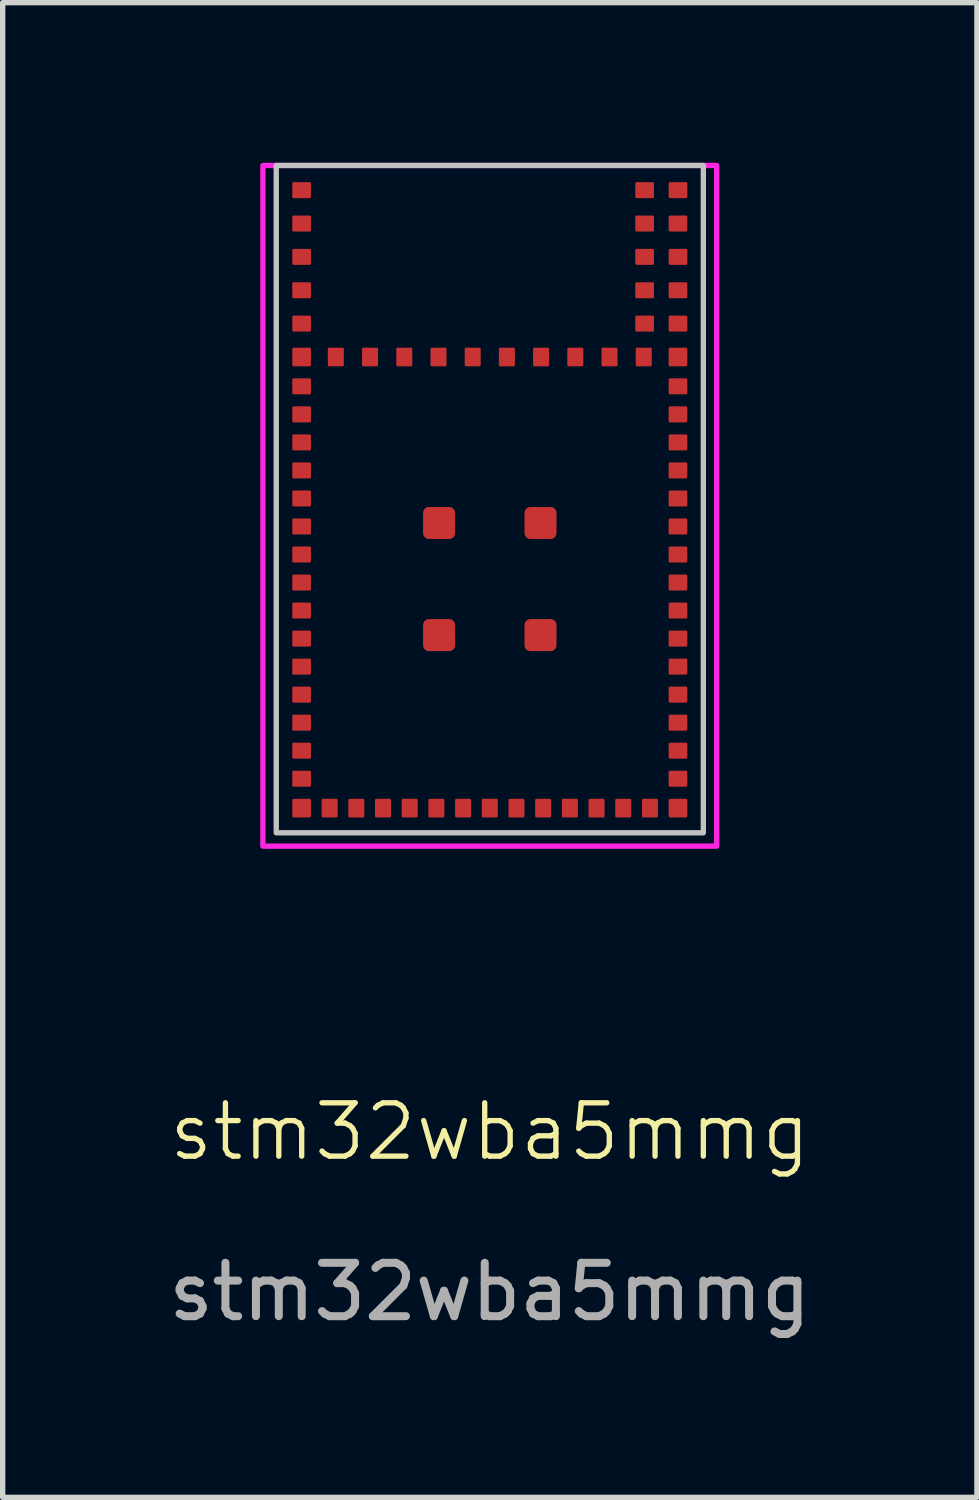
<source format=kicad_pcb>
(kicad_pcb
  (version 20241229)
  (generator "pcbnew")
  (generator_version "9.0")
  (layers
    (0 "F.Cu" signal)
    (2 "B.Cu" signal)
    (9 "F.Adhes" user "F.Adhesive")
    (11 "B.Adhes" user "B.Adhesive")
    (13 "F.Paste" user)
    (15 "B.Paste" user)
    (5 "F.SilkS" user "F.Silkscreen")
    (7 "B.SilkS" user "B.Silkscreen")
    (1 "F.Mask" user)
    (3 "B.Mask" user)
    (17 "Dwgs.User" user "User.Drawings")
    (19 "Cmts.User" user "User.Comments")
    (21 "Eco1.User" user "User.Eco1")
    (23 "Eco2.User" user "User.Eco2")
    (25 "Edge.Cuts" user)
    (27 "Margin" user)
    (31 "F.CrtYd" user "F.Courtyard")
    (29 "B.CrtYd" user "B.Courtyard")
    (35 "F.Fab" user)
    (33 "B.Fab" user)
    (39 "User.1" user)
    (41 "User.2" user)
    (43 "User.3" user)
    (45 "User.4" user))
  (footprint "stm32wba5mmg"
    (layer "F.Cu")
    (at 6.125 6.3)
    (property "Reference" "stm32wba5mmg" (at 0 11.85 0) (unlocked yes) (layer "F.SilkS") (effects (font (size 1 1) (thickness 0.1))))
    (attr smd)
    (fp_rect (start -4 -6.25) (end 4 6.25) (stroke (width 0.1) (type solid)) (fill no) (layer "Dwgs.User"))
    (fp_rect (start -4.25 -6.25) (end 4.25 6.5) (stroke (width 0.1) (type solid)) (fill no) (layer "F.CrtYd"))
    (fp_text user "${REFERENCE}" (at 0 14.85 0) (unlocked yes) (layer "F.Fab") (effects (font (size 1 1) (thickness 0.15))))
    (pad "" smd oval (at -3.525 -5.788) (size 0.32 0.24) (layers "F.Paste"))
    (pad "" smd oval (at -3.525 -5.163) (size 0.32 0.24) (layers "F.Paste"))
    (pad "" smd oval (at -3.525 -4.537) (size 0.32 0.24) (layers "F.Paste"))
    (pad "" smd oval (at -3.525 -3.913) (size 0.32 0.24) (layers "F.Paste"))
    (pad "" smd oval (at -3.525 -3.288) (size 0.32 0.24) (layers "F.Paste"))
    (pad "" smd oval (at -3.525 -2.663) (size 0.32 0.26) (layers "F.Paste"))
    (pad "" smd oval (at -3.525 -2.112) (size 0.32 0.24) (layers "F.Paste"))
    (pad "" smd oval (at -3.525 -1.587) (size 0.32 0.24) (layers "F.Paste"))
    (pad "" smd oval (at -3.525 -1.062) (size 0.32 0.24) (layers "F.Paste"))
    (pad "" smd oval (at -3.525 -0.537) (size 0.32 0.24) (layers "F.Paste"))
    (pad "" smd oval (at -3.525 -0.013) (size 0.32 0.24) (layers "F.Paste"))
    (pad "" smd oval (at -3.525 0.512) (size 0.32 0.24) (layers "F.Paste"))
    (pad "" smd oval (at -3.525 1.038) (size 0.32 0.24) (layers "F.Paste"))
    (pad "" smd oval (at -3.525 1.562) (size 0.32 0.24) (layers "F.Paste"))
    (pad "" smd oval (at -3.525 2.087) (size 0.32 0.24) (layers "F.Paste"))
    (pad "" smd oval (at -3.525 2.612) (size 0.32 0.24) (layers "F.Paste"))
    (pad "" smd oval (at -3.525 3.138) (size 0.32 0.24) (layers "F.Paste"))
    (pad "" smd oval (at -3.525 3.663) (size 0.32 0.24) (layers "F.Paste"))
    (pad "" smd oval (at -3.525 4.188) (size 0.32 0.24) (layers "F.Paste"))
    (pad "" smd oval (at -3.525 4.713) (size 0.32 0.24) (layers "F.Paste"))
    (pad "" smd oval (at -3.525 5.237) (size 0.32 0.24) (layers "F.Paste"))
    (pad "" smd oval (at -3.525 5.787) (size 0.32 0.26) (layers "F.Paste"))
    (pad "" smd oval (at -3 5.787 90) (size 0.32 0.24) (layers "F.Paste"))
    (pad "" smd oval (at -2.888 -2.663 90) (size 0.32 0.24) (layers "F.Paste"))
    (pad "" smd oval (at -2.5 5.787 90) (size 0.32 0.24) (layers "F.Paste"))
    (pad "" smd oval (at -2.246 -2.663 90) (size 0.32 0.24) (layers "F.Paste"))
    (pad "" smd oval (at -2 5.787 90) (size 0.32 0.24) (layers "F.Paste"))
    (pad "" smd oval (at -1.604 -2.663 90) (size 0.32 0.24) (layers "F.Paste"))
    (pad "" smd oval (at -1.5 5.787 90) (size 0.32 0.24) (layers "F.Paste"))
    (pad "" smd oval (at -1 5.787 90) (size 0.32 0.24) (layers "F.Paste"))
    (pad "" smd oval (at -0.963 -2.663 90) (size 0.32 0.24) (layers "F.Paste"))
    (pad "" smd roundrect (at -0.95 0.45) (size 0.45 0.45) (layers "F.Paste") (roundrect_rratio 0.42))
    (pad "" smd roundrect (at -0.95 2.55) (size 0.45 0.45) (layers "F.Paste") (roundrect_rratio 0.42))
    (pad "" smd oval (at -0.5 5.787 90) (size 0.32 0.24) (layers "F.Paste"))
    (pad "" smd oval (at -0.321 -2.663 90) (size 0.32 0.24) (layers "F.Paste"))
    (pad "" smd oval (at 0 5.787 90) (size 0.32 0.24) (layers "F.Paste"))
    (pad "" smd oval (at 0.321 -2.663 90) (size 0.32 0.24) (layers "F.Paste"))
    (pad "" smd oval (at 0.5 5.787 90) (size 0.32 0.24) (layers "F.Paste"))
    (pad "" smd roundrect (at 0.95 0.45) (size 0.45 0.45) (layers "F.Paste") (roundrect_rratio 0.42))
    (pad "" smd roundrect (at 0.95 2.55) (size 0.45 0.45) (layers "F.Paste") (roundrect_rratio 0.42))
    (pad "" smd oval (at 0.963 -2.663 90) (size 0.32 0.24) (layers "F.Paste"))
    (pad "" smd oval (at 1 5.787 90) (size 0.32 0.24) (layers "F.Paste"))
    (pad "" smd oval (at 1.5 5.787 90) (size 0.32 0.24) (layers "F.Paste"))
    (pad "" smd oval (at 1.604 -2.663 90) (size 0.32 0.24) (layers "F.Paste"))
    (pad "" smd oval (at 2 5.787 90) (size 0.32 0.24) (layers "F.Paste"))
    (pad "" smd oval (at 2.246 -2.663 90) (size 0.32 0.24) (layers "F.Paste"))
    (pad "" smd oval (at 2.5 5.787 90) (size 0.32 0.24) (layers "F.Paste"))
    (pad "" smd oval (at 2.888 -2.663 90) (size 0.32 0.24) (layers "F.Paste"))
    (pad "" smd oval (at 2.9 -5.788) (size 0.32 0.24) (layers "F.Paste"))
    (pad "" smd oval (at 2.9 -5.163) (size 0.32 0.24) (layers "F.Paste"))
    (pad "" smd oval (at 2.9 -4.537) (size 0.32 0.24) (layers "F.Paste"))
    (pad "" smd oval (at 2.9 -3.913) (size 0.32 0.24) (layers "F.Paste"))
    (pad "" smd oval (at 2.9 -3.288) (size 0.32 0.24) (layers "F.Paste"))
    (pad "" smd oval (at 3 5.787 90) (size 0.32 0.24) (layers "F.Paste"))
    (pad "" smd oval (at 3.525 -5.788) (size 0.32 0.24) (layers "F.Paste"))
    (pad "" smd oval (at 3.525 -5.163) (size 0.32 0.24) (layers "F.Paste"))
    (pad "" smd oval (at 3.525 -4.537) (size 0.32 0.24) (layers "F.Paste"))
    (pad "" smd oval (at 3.525 -3.913) (size 0.32 0.24) (layers "F.Paste"))
    (pad "" smd oval (at 3.525 -3.288) (size 0.32 0.24) (layers "F.Paste"))
    (pad "" smd oval (at 3.525 -2.663) (size 0.32 0.26) (layers "F.Paste"))
    (pad "" smd oval (at 3.525 -2.112) (size 0.32 0.24) (layers "F.Paste"))
    (pad "" smd oval (at 3.525 -1.587) (size 0.32 0.24) (layers "F.Paste"))
    (pad "" smd oval (at 3.525 -1.062) (size 0.32 0.24) (layers "F.Paste"))
    (pad "" smd oval (at 3.525 -0.537) (size 0.32 0.24) (layers "F.Paste"))
    (pad "" smd oval (at 3.525 -0.013) (size 0.32 0.24) (layers "F.Paste"))
    (pad "" smd oval (at 3.525 0.512) (size 0.32 0.24) (layers "F.Paste"))
    (pad "" smd oval (at 3.525 1.038) (size 0.32 0.24) (layers "F.Paste"))
    (pad "" smd oval (at 3.525 1.562) (size 0.32 0.24) (layers "F.Paste"))
    (pad "" smd oval (at 3.525 2.087) (size 0.32 0.24) (layers "F.Paste"))
    (pad "" smd oval (at 3.525 2.612) (size 0.32 0.24) (layers "F.Paste"))
    (pad "" smd oval (at 3.525 3.138) (size 0.32 0.24) (layers "F.Paste"))
    (pad "" smd oval (at 3.525 3.663) (size 0.32 0.24) (layers "F.Paste"))
    (pad "" smd oval (at 3.525 4.188) (size 0.32 0.24) (layers "F.Paste"))
    (pad "" smd oval (at 3.525 4.713) (size 0.32 0.24) (layers "F.Paste"))
    (pad "" smd oval (at 3.525 5.237) (size 0.32 0.24) (layers "F.Paste"))
    (pad "" smd oval (at 3.525 5.787) (size 0.32 0.26) (layers "F.Paste"))
    (pad "7" smd roundrect (at 3.525 -2.113) (size 0.35 0.3) (layers "F.Cu" "F.Mask") (roundrect_rratio 0.08))
    (pad "8" smd roundrect (at 3.525 -1.588) (size 0.35 0.3) (layers "F.Cu" "F.Mask") (roundrect_rratio 0.08))
    (pad "9" smd roundrect (at 3.525 -1.063) (size 0.35 0.3) (layers "F.Cu" "F.Mask") (roundrect_rratio 0.08))
    (pad "10" smd roundrect (at 3.525 -0.538) (size 0.35 0.3) (layers "F.Cu" "F.Mask") (roundrect_rratio 0.08))
    (pad "11" smd roundrect (at 3.525 -0.013) (size 0.35 0.3) (layers "F.Cu" "F.Mask") (roundrect_rratio 0.08))
    (pad "12" smd roundrect (at 3.525 0.512) (size 0.35 0.3) (layers "F.Cu" "F.Mask") (roundrect_rratio 0.08))
    (pad "13" smd roundrect (at 3.525 1.037) (size 0.35 0.3) (layers "F.Cu" "F.Mask") (roundrect_rratio 0.08))
    (pad "14" smd roundrect (at 3.525 1.562) (size 0.35 0.3) (layers "F.Cu" "F.Mask") (roundrect_rratio 0.08))
    (pad "15" smd roundrect (at 3.525 2.087) (size 0.35 0.3) (layers "F.Cu" "F.Mask") (roundrect_rratio 0.08))
    (pad "16" smd roundrect (at 3.525 2.612) (size 0.35 0.3) (layers "F.Cu" "F.Mask") (roundrect_rratio 0.08))
    (pad "17" smd roundrect (at 3.525 3.137) (size 0.35 0.3) (layers "F.Cu" "F.Mask") (roundrect_rratio 0.08))
    (pad "18" smd roundrect (at 3.525 3.662) (size 0.35 0.3) (layers "F.Cu" "F.Mask") (roundrect_rratio 0.08))
    (pad "20" smd roundrect (at 3.525 4.712) (size 0.35 0.3) (layers "F.Cu" "F.Mask") (roundrect_rratio 0.08))
    (pad "22" smd roundrect (at 3.525 5.788) (size 0.35 0.35) (layers "F.Cu" "F.Mask") (roundrect_rratio 0.08))
    (pad "24" smd roundrect (at 2.5 5.788 90) (size 0.35 0.3) (layers "F.Cu" "F.Mask") (roundrect_rratio 0.08))
    (pad "25" smd roundrect (at 2 5.788 90) (size 0.35 0.3) (layers "F.Cu" "F.Mask") (roundrect_rratio 0.08))
    (pad "26" smd roundrect (at 1.5 5.788 90) (size 0.35 0.3) (layers "F.Cu" "F.Mask") (roundrect_rratio 0.08))
    (pad "27" smd roundrect (at 1 5.788 90) (size 0.35 0.3) (layers "F.Cu" "F.Mask") (roundrect_rratio 0.08))
    (pad "28" smd roundrect (at 0.5 5.788 90) (size 0.35 0.3) (layers "F.Cu" "F.Mask") (roundrect_rratio 0.08))
    (pad "29" smd roundrect (at 0 5.788 90) (size 0.35 0.3) (layers "F.Cu" "F.Mask") (roundrect_rratio 0.08))
    (pad "30" smd roundrect (at -0.5 5.788 90) (size 0.35 0.3) (layers "F.Cu" "F.Mask") (roundrect_rratio 0.08))
    (pad "31" smd roundrect (at -1 5.788 90) (size 0.35 0.3) (layers "F.Cu" "F.Mask") (roundrect_rratio 0.08))
    (pad "32" smd roundrect (at -1.5 5.788 90) (size 0.35 0.3) (layers "F.Cu" "F.Mask") (roundrect_rratio 0.08))
    (pad "33" smd roundrect (at -2 5.788 90) (size 0.35 0.3) (layers "F.Cu" "F.Mask") (roundrect_rratio 0.08))
    (pad "34" smd roundrect (at -2.5 5.788 90) (size 0.35 0.3) (layers "F.Cu" "F.Mask") (roundrect_rratio 0.08))
    (pad "35" smd roundrect (at -3 5.788 90) (size 0.35 0.3) (layers "F.Cu" "F.Mask") (roundrect_rratio 0.08))
    (pad "37" smd roundrect (at -3.525 5.237) (size 0.35 0.3) (layers "F.Cu" "F.Mask") (roundrect_rratio 0.08))
    (pad "38" smd roundrect (at -3.525 4.712) (size 0.35 0.3) (layers "F.Cu" "F.Mask") (roundrect_rratio 0.08))
    (pad "39" smd roundrect (at -3.525 4.187) (size 0.35 0.3) (layers "F.Cu" "F.Mask") (roundrect_rratio 0.08))
    (pad "40" smd roundrect (at -3.525 3.662) (size 0.35 0.3) (layers "F.Cu" "F.Mask") (roundrect_rratio 0.08))
    (pad "41" smd roundrect (at -3.525 3.137) (size 0.35 0.3) (layers "F.Cu" "F.Mask") (roundrect_rratio 0.08))
    (pad "42" smd roundrect (at -3.525 2.612) (size 0.35 0.3) (layers "F.Cu" "F.Mask") (roundrect_rratio 0.08))
    (pad "43" smd roundrect (at -3.525 2.087) (size 0.35 0.3) (layers "F.Cu" "F.Mask") (roundrect_rratio 0.08))
    (pad "44" smd roundrect (at -3.525 1.562) (size 0.35 0.3) (layers "F.Cu" "F.Mask") (roundrect_rratio 0.08))
    (pad "46" smd roundrect (at -3.525 0.512) (size 0.35 0.3) (layers "F.Cu" "F.Mask") (roundrect_rratio 0.08))
    (pad "48" smd roundrect (at -3.525 -0.538) (size 0.35 0.3) (layers "F.Cu" "F.Mask") (roundrect_rratio 0.08))
    (pad "50" smd roundrect (at -3.525 -1.588) (size 0.35 0.3) (layers "F.Cu" "F.Mask") (roundrect_rratio 0.08))
    (pad "51" smd roundrect (at -3.525 -2.113) (size 0.35 0.3) (layers "F.Cu" "F.Mask") (roundrect_rratio 0.08))
    (pad "GND" smd roundrect (at -3.525 -5.788) (size 0.35 0.3) (layers "F.Cu" "F.Mask") (roundrect_rratio 0.08))
    (pad "GND" smd roundrect (at -3.525 -5.163) (size 0.35 0.3) (layers "F.Cu" "F.Mask") (roundrect_rratio 0.08))
    (pad "GND" smd roundrect (at -3.525 -4.538) (size 0.35 0.3) (layers "F.Cu" "F.Mask") (roundrect_rratio 0.08))
    (pad "GND" smd roundrect (at -3.525 -3.913) (size 0.35 0.3) (layers "F.Cu" "F.Mask") (roundrect_rratio 0.08))
    (pad "GND" smd roundrect (at -3.525 -3.288) (size 0.35 0.3) (layers "F.Cu" "F.Mask") (roundrect_rratio 0.08))
    (pad "GND" smd roundrect (at -3.525 -2.663) (size 0.35 0.35) (layers "F.Cu" "F.Mask") (roundrect_rratio 0.08))
    (pad "GND" smd roundrect (at -3.525 -1.063) (size 0.35 0.3) (layers "F.Cu" "F.Mask") (roundrect_rratio 0.08))
    (pad "GND" smd roundrect (at -3.525 -0.013) (size 0.35 0.3) (layers "F.Cu" "F.Mask") (roundrect_rratio 0.08))
    (pad "GND" smd roundrect (at -3.525 1.037) (size 0.35 0.3) (layers "F.Cu" "F.Mask") (roundrect_rratio 0.08))
    (pad "GND" smd roundrect (at -3.525 5.788) (size 0.35 0.35) (layers "F.Cu" "F.Mask") (roundrect_rratio 0.08))
    (pad "GND" smd roundrect (at -2.884 -2.663 90) (size 0.35 0.3) (layers "F.Cu" "F.Mask") (roundrect_rratio 0.08))
    (pad "GND" smd roundrect (at -2.243 -2.663 90) (size 0.35 0.3) (layers "F.Cu" "F.Mask") (roundrect_rratio 0.08))
    (pad "GND" smd roundrect (at -1.602 -2.663 90) (size 0.35 0.3) (layers "F.Cu" "F.Mask") (roundrect_rratio 0.08))
    (pad "GND" smd roundrect (at -0.961 -2.663 90) (size 0.35 0.3) (layers "F.Cu" "F.Mask") (roundrect_rratio 0.08))
    (pad "GND" smd roundrect (at -0.95 0.447) (size 0.6 0.6) (layers "F.Cu" "F.Mask") (roundrect_rratio 0.18))
    (pad "GND" smd roundrect (at -0.95 2.547) (size 0.6 0.6) (layers "F.Cu" "F.Mask") (roundrect_rratio 0.18))
    (pad "GND" smd roundrect (at -0.32 -2.663 90) (size 0.35 0.3) (layers "F.Cu" "F.Mask") (roundrect_rratio 0.08))
    (pad "GND" smd roundrect (at 0.32 -2.663 90) (size 0.35 0.3) (layers "F.Cu" "F.Mask") (roundrect_rratio 0.08))
    (pad "GND" smd roundrect (at 0.95 0.447) (size 0.6 0.6) (layers "F.Cu" "F.Mask") (roundrect_rratio 0.18))
    (pad "GND" smd roundrect (at 0.95 2.547) (size 0.6 0.6) (layers "F.Cu" "F.Mask") (roundrect_rratio 0.18))
    (pad "GND" smd roundrect (at 0.961 -2.663 90) (size 0.35 0.3) (layers "F.Cu" "F.Mask") (roundrect_rratio 0.08))
    (pad "GND" smd roundrect (at 1.602 -2.663 90) (size 0.35 0.3) (layers "F.Cu" "F.Mask") (roundrect_rratio 0.08))
    (pad "GND" smd roundrect (at 2.243 -2.663 90) (size 0.35 0.3) (layers "F.Cu" "F.Mask") (roundrect_rratio 0.08))
    (pad "GND" smd roundrect (at 2.884 -2.663 90) (size 0.35 0.3) (layers "F.Cu" "F.Mask") (roundrect_rratio 0.08))
    (pad "GND" smd roundrect (at 2.9 -5.788) (size 0.35 0.3) (layers "F.Cu" "F.Mask") (roundrect_rratio 0.08))
    (pad "GND" smd roundrect (at 2.9 -5.163) (size 0.35 0.3) (layers "F.Cu" "F.Mask") (roundrect_rratio 0.08))
    (pad "GND" smd roundrect (at 2.9 -4.538) (size 0.35 0.3) (layers "F.Cu" "F.Mask") (roundrect_rratio 0.08))
    (pad "GND" smd roundrect (at 2.9 -3.913) (size 0.35 0.3) (layers "F.Cu" "F.Mask") (roundrect_rratio 0.08))
    (pad "GND" smd roundrect (at 2.9 -3.288) (size 0.35 0.3) (layers "F.Cu" "F.Mask") (roundrect_rratio 0.08))
    (pad "GND" smd roundrect (at 3 5.788 90) (size 0.35 0.3) (layers "F.Cu" "F.Mask") (roundrect_rratio 0.08))
    (pad "GND" smd roundrect (at 3.525 -5.788) (size 0.35 0.3) (layers "F.Cu" "F.Mask") (roundrect_rratio 0.08))
    (pad "GND" smd roundrect (at 3.525 -5.163) (size 0.35 0.3) (layers "F.Cu" "F.Mask") (roundrect_rratio 0.08))
    (pad "GND" smd roundrect (at 3.525 -4.538) (size 0.35 0.3) (layers "F.Cu" "F.Mask") (roundrect_rratio 0.08))
    (pad "GND" smd roundrect (at 3.525 -3.913) (size 0.35 0.3) (layers "F.Cu" "F.Mask") (roundrect_rratio 0.08))
    (pad "GND" smd roundrect (at 3.525 -3.288) (size 0.35 0.3) (layers "F.Cu" "F.Mask") (roundrect_rratio 0.08))
    (pad "GND" smd roundrect (at 3.525 -2.663) (size 0.35 0.35) (layers "F.Cu" "F.Mask") (roundrect_rratio 0.08))
    (pad "GND" smd roundrect (at 3.525 4.187) (size 0.35 0.3) (layers "F.Cu" "F.Mask") (roundrect_rratio 0.08))
    (pad "GND" smd roundrect (at 3.525 5.237) (size 0.35 0.3) (layers "F.Cu" "F.Mask") (roundrect_rratio 0.08))
    (zone (net_name "") (layers "F.Cu" "B.Cu") (hatch edge 0.5) (connect_pads) (min_thickness 0.25) (filled_areas_thickness no) (keepout (tracks allowed) (vias not_allowed) (pads not_allowed) (copperpour not_allowed) (footprints allowed)) (placement (enabled no)) (fill) (polygon (pts (xy 2.825 0.838) (xy 2.825 0.05) (xy 8.575 0.05) (xy 8.575 0.838) (xy 10.125 0.838) (xy 10.125 1.438) (xy 8.575 1.438) (xy 8.575 3.35) (xy 1.075 3.35) (xy 1.075 0.838)))))
  (gr_rect
    (start -3 -3)
    (end 15.25 24.998)
    (stroke (width 0.1) (type default))
    (fill no)
    (layer "Edge.Cuts")))
</source>
